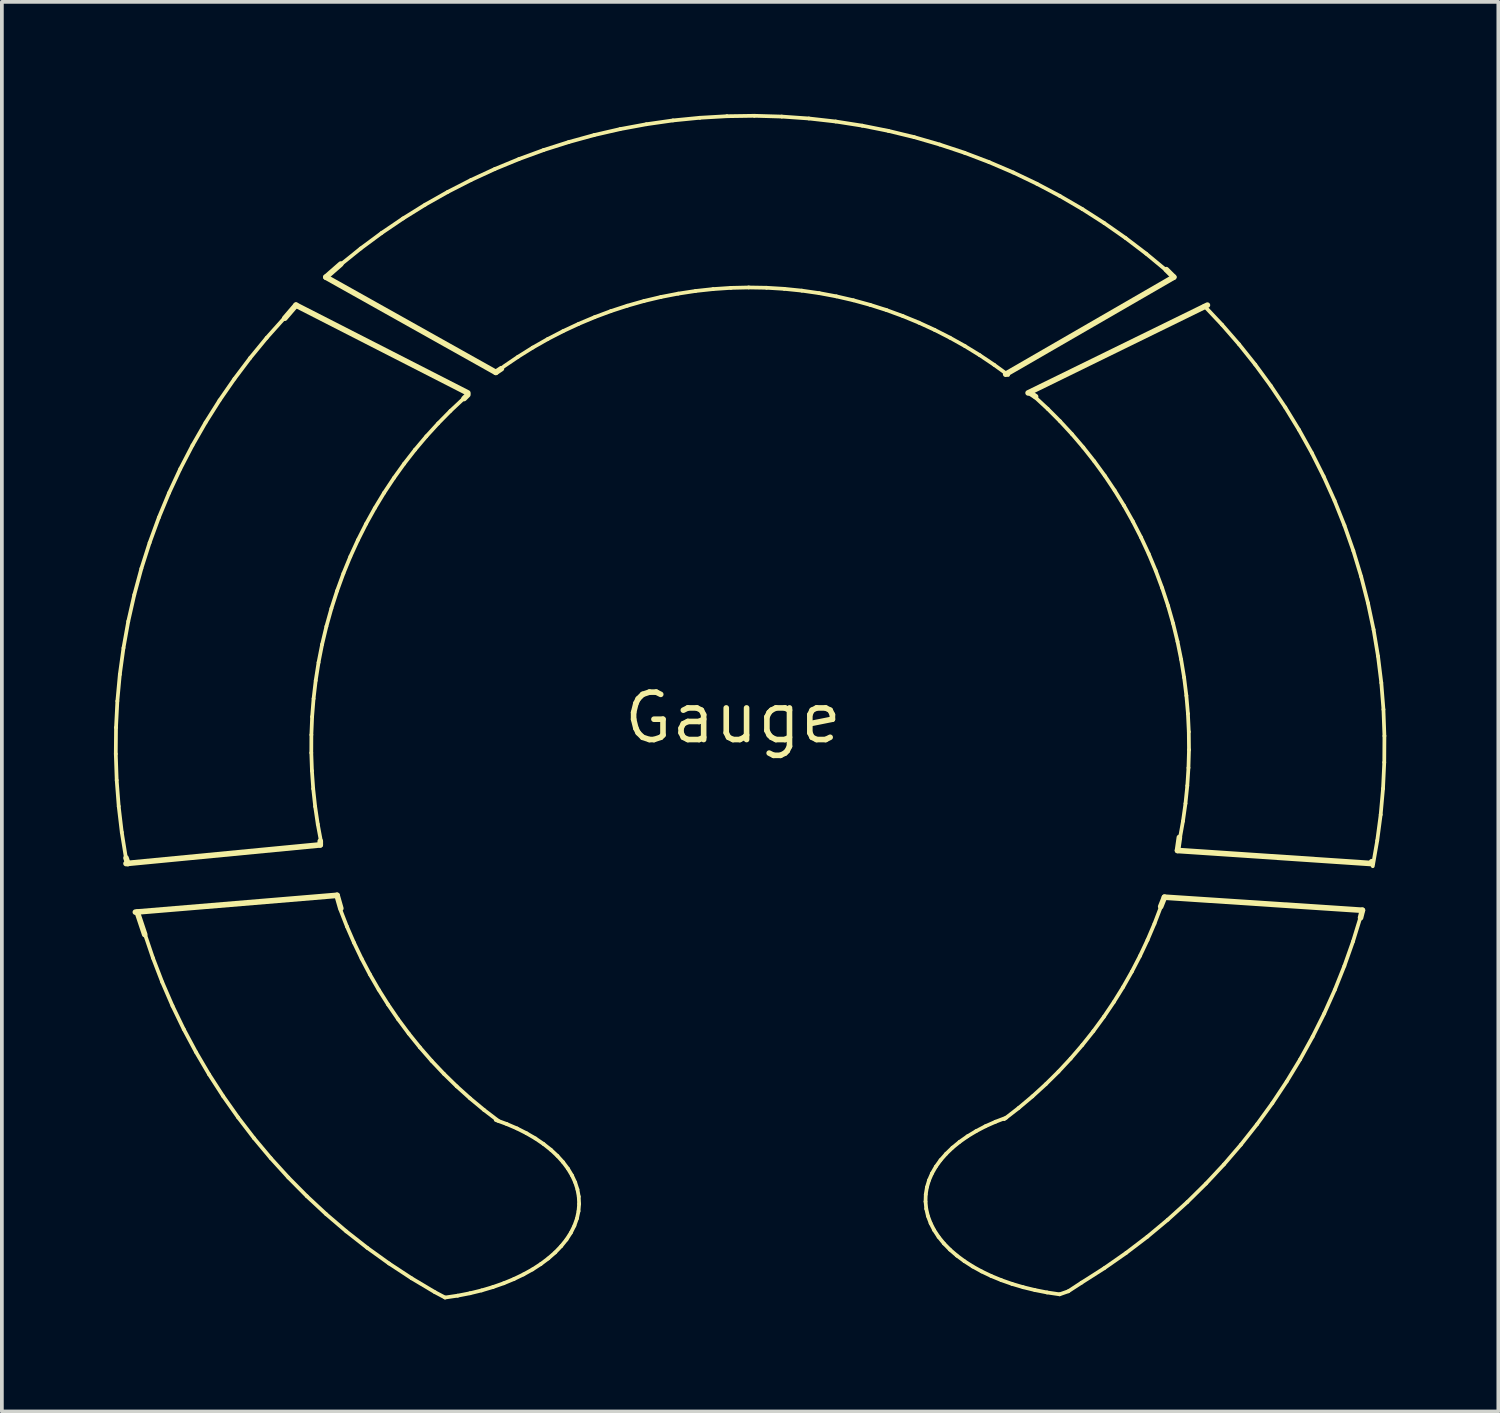
<source format=kicad_pcb>
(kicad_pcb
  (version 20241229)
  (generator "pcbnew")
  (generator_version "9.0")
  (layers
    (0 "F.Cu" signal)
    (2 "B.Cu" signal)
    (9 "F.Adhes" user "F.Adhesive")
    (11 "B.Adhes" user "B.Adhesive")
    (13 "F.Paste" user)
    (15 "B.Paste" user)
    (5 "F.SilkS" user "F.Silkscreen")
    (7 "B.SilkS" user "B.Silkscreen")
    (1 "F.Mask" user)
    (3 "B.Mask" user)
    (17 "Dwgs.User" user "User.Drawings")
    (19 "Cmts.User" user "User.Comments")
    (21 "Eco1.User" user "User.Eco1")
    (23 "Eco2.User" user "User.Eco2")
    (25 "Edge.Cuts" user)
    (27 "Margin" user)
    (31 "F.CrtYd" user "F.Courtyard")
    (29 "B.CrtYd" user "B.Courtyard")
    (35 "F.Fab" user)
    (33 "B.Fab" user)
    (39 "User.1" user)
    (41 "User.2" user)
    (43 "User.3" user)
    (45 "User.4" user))
  (footprint "Gauge"
    (layer "F.Cu")
    (at 16.574 16.169)
    (property "Reference" "Gauge" (at 0 0 0) (layer "F.SilkS") (effects (font (size 1.27 1.27) (thickness 0.15))))
    (attr through_hole)
    (fp_line (start -16.524 0.965) (end -16.518 0.258) (stroke (width 0.1) (type solid)) (layer "F.SilkS"))
    (fp_line (start -16.518 0.258) (end -16.482 -0.451) (stroke (width 0.1) (type solid)) (layer "F.SilkS"))
    (fp_line (start -16.5 1.668) (end -16.524 0.965) (stroke (width 0.1) (type solid)) (layer "F.SilkS"))
    (fp_line (start -16.482 -0.451) (end -16.416 -1.162) (stroke (width 0.1) (type solid)) (layer "F.SilkS"))
    (fp_line (start -16.446 2.367) (end -16.5 1.668) (stroke (width 0.1) (type solid)) (layer "F.SilkS"))
    (fp_line (start -16.416 -1.162) (end -16.318 -1.873) (stroke (width 0.1) (type solid)) (layer "F.SilkS"))
    (fp_line (start -16.364 3.061) (end -16.446 2.367) (stroke (width 0.1) (type solid)) (layer "F.SilkS"))
    (fp_line (start -16.318 -1.873) (end -16.19 -2.585) (stroke (width 0.1) (type solid)) (layer "F.SilkS"))
    (fp_line (start -16.253 3.75) (end -16.364 3.061) (stroke (width 0.1) (type solid)) (layer "F.SilkS"))
    (fp_line (start -16.25 3.75) (end -16.2 3.9) (stroke (width 0.15) (type solid)) (layer "F.SilkS"))
    (fp_line (start -16.25 3.9) (end -11.05 3.4) (stroke (width 0.15) (type solid)) (layer "F.SilkS"))
    (fp_line (start -16.19 -2.585) (end -16.029 -3.295) (stroke (width 0.1) (type solid)) (layer "F.SilkS"))
    (fp_line (start -16.029 -3.295) (end -15.839 -3.999) (stroke (width 0.1) (type solid)) (layer "F.SilkS"))
    (fp_line (start -15.839 -3.999) (end -15.619 -4.688) (stroke (width 0.1) (type solid)) (layer "F.SilkS"))
    (fp_line (start -15.75 5.8) (end -15.95 5.2) (stroke (width 0.15) (type solid)) (layer "F.SilkS"))
    (fp_line (start -15.619 -4.688) (end -15.372 -5.363) (stroke (width 0.1) (type solid)) (layer "F.SilkS"))
    (fp_line (start -15.529 6.428) (end -15.751 5.771) (stroke (width 0.1) (type solid)) (layer "F.SilkS"))
    (fp_line (start -15.372 -5.363) (end -15.098 -6.023) (stroke (width 0.1) (type solid)) (layer "F.SilkS"))
    (fp_line (start -15.281 7.074) (end -15.529 6.428) (stroke (width 0.1) (type solid)) (layer "F.SilkS"))
    (fp_line (start -15.098 -6.023) (end -14.798 -6.667) (stroke (width 0.1) (type solid)) (layer "F.SilkS"))
    (fp_line (start -15.006 7.71) (end -15.281 7.074) (stroke (width 0.1) (type solid)) (layer "F.SilkS"))
    (fp_line (start -14.798 -6.667) (end -14.472 -7.295) (stroke (width 0.1) (type solid)) (layer "F.SilkS"))
    (fp_line (start -14.705 8.334) (end -15.006 7.71) (stroke (width 0.1) (type solid)) (layer "F.SilkS"))
    (fp_line (start -14.472 -7.295) (end -14.121 -7.907) (stroke (width 0.1) (type solid)) (layer "F.SilkS"))
    (fp_line (start -14.378 8.946) (end -14.705 8.334) (stroke (width 0.1) (type solid)) (layer "F.SilkS"))
    (fp_line (start -14.121 -7.907) (end -13.747 -8.501) (stroke (width 0.1) (type solid)) (layer "F.SilkS"))
    (fp_line (start -14.027 9.544) (end -14.378 8.946) (stroke (width 0.1) (type solid)) (layer "F.SilkS"))
    (fp_line (start -13.747 -8.501) (end -13.348 -9.077) (stroke (width 0.1) (type solid)) (layer "F.SilkS"))
    (fp_line (start -13.65 10.128) (end -14.027 9.544) (stroke (width 0.1) (type solid)) (layer "F.SilkS"))
    (fp_line (start -13.348 -9.077) (end -12.928 -9.635) (stroke (width 0.1) (type solid)) (layer "F.SilkS"))
    (fp_line (start -13.249 10.697) (end -13.65 10.128) (stroke (width 0.1) (type solid)) (layer "F.SilkS"))
    (fp_line (start -12.928 -9.635) (end -12.485 -10.175) (stroke (width 0.1) (type solid)) (layer "F.SilkS"))
    (fp_line (start -12.825 11.25) (end -13.249 10.697) (stroke (width 0.1) (type solid)) (layer "F.SilkS"))
    (fp_line (start -12.485 -10.175) (end -12.021 -10.694) (stroke (width 0.1) (type solid)) (layer "F.SilkS"))
    (fp_line (start -12.376 11.786) (end -12.825 11.25) (stroke (width 0.1) (type solid)) (layer "F.SilkS"))
    (fp_line (start -11.904 12.305) (end -12.376 11.786) (stroke (width 0.1) (type solid)) (layer "F.SilkS"))
    (fp_line (start -11.7 -11.05) (end -12 -10.7) (stroke (width 0.15) (type solid)) (layer "F.SilkS"))
    (fp_line (start -11.7 -11.05) (end -7.1 -8.7) (stroke (width 0.15) (type solid)) (layer "F.SilkS"))
    (fp_line (start -11.409 12.805) (end -11.904 12.305) (stroke (width 0.1) (type solid)) (layer "F.SilkS"))
    (fp_line (start -11.29 0.936) (end -11.288 0.453) (stroke (width 0.1) (type solid)) (layer "F.SilkS"))
    (fp_line (start -11.288 0.453) (end -11.268 -0.031) (stroke (width 0.1) (type solid)) (layer "F.SilkS"))
    (fp_line (start -11.273 1.417) (end -11.29 0.936) (stroke (width 0.1) (type solid)) (layer "F.SilkS"))
    (fp_line (start -11.268 -0.031) (end -11.229 -0.515) (stroke (width 0.1) (type solid)) (layer "F.SilkS"))
    (fp_line (start -11.239 1.896) (end -11.273 1.417) (stroke (width 0.1) (type solid)) (layer "F.SilkS"))
    (fp_line (start -11.229 -0.515) (end -11.172 -1) (stroke (width 0.1) (type solid)) (layer "F.SilkS"))
    (fp_line (start -11.187 2.372) (end -11.239 1.896) (stroke (width 0.1) (type solid)) (layer "F.SilkS"))
    (fp_line (start -11.172 -1) (end -11.096 -1.484) (stroke (width 0.1) (type solid)) (layer "F.SilkS"))
    (fp_line (start -11.117 2.845) (end -11.187 2.372) (stroke (width 0.1) (type solid)) (layer "F.SilkS"))
    (fp_line (start -11.096 -1.484) (end -11.001 -1.967) (stroke (width 0.1) (type solid)) (layer "F.SilkS"))
    (fp_line (start -11.05 3.3) (end -11.05 3.4) (stroke (width 0.15) (type solid)) (layer "F.SilkS"))
    (fp_line (start -11.03 3.314) (end -11.117 2.845) (stroke (width 0.1) (type solid)) (layer "F.SilkS"))
    (fp_line (start -11.001 -1.967) (end -10.886 -2.448) (stroke (width 0.1) (type solid)) (layer "F.SilkS"))
    (fp_line (start -10.892 13.286) (end -11.409 12.805) (stroke (width 0.1) (type solid)) (layer "F.SilkS"))
    (fp_line (start -10.886 -2.448) (end -10.752 -2.928) (stroke (width 0.1) (type solid)) (layer "F.SilkS"))
    (fp_line (start -10.752 -2.928) (end -10.6 -3.401) (stroke (width 0.1) (type solid)) (layer "F.SilkS"))
    (fp_line (start -10.6 4.75) (end -16 5.2) (stroke (width 0.15) (type solid)) (layer "F.SilkS"))
    (fp_line (start -10.6 -3.401) (end -10.431 -3.865) (stroke (width 0.1) (type solid)) (layer "F.SilkS"))
    (fp_line (start -10.51 -12.13) (end -9.969 -12.566) (stroke (width 0.1) (type solid)) (layer "F.SilkS"))
    (fp_line (start -10.5 -12.15) (end -10.9 -11.8) (stroke (width 0.15) (type solid)) (layer "F.SilkS"))
    (fp_line (start -10.5 5.1) (end -10.6 4.75) (stroke (width 0.15) (type solid)) (layer "F.SilkS"))
    (fp_line (start -10.431 -3.865) (end -10.245 -4.318) (stroke (width 0.1) (type solid)) (layer "F.SilkS"))
    (fp_line (start -10.353 13.747) (end -10.892 13.286) (stroke (width 0.1) (type solid)) (layer "F.SilkS"))
    (fp_line (start -10.337 5.584) (end -10.509 5.142) (stroke (width 0.1) (type solid)) (layer "F.SilkS"))
    (fp_line (start -10.245 -4.318) (end -10.042 -4.761) (stroke (width 0.1) (type solid)) (layer "F.SilkS"))
    (fp_line (start -10.148 6.018) (end -10.337 5.584) (stroke (width 0.1) (type solid)) (layer "F.SilkS"))
    (fp_line (start -10.042 -4.761) (end -9.824 -5.193) (stroke (width 0.1) (type solid)) (layer "F.SilkS"))
    (fp_line (start -9.969 -12.566) (end -9.41 -12.98) (stroke (width 0.1) (type solid)) (layer "F.SilkS"))
    (fp_line (start -9.943 6.446) (end -10.148 6.018) (stroke (width 0.1) (type solid)) (layer "F.SilkS"))
    (fp_line (start -9.824 -5.193) (end -9.591 -5.613) (stroke (width 0.1) (type solid)) (layer "F.SilkS"))
    (fp_line (start -9.792 14.187) (end -10.353 13.747) (stroke (width 0.1) (type solid)) (layer "F.SilkS"))
    (fp_line (start -9.723 6.865) (end -9.943 6.446) (stroke (width 0.1) (type solid)) (layer "F.SilkS"))
    (fp_line (start -9.591 -5.613) (end -9.343 -6.023) (stroke (width 0.1) (type solid)) (layer "F.SilkS"))
    (fp_line (start -9.486 7.276) (end -9.723 6.865) (stroke (width 0.1) (type solid)) (layer "F.SilkS"))
    (fp_line (start -9.41 -12.98) (end -8.835 -13.37) (stroke (width 0.1) (type solid)) (layer "F.SilkS"))
    (fp_line (start -9.343 -6.023) (end -9.08 -6.42) (stroke (width 0.1) (type solid)) (layer "F.SilkS"))
    (fp_line (start -9.233 7.677) (end -9.486 7.276) (stroke (width 0.1) (type solid)) (layer "F.SilkS"))
    (fp_line (start -9.209 14.606) (end -9.792 14.187) (stroke (width 0.1) (type solid)) (layer "F.SilkS"))
    (fp_line (start -9.08 -6.42) (end -8.804 -6.805) (stroke (width 0.1) (type solid)) (layer "F.SilkS"))
    (fp_line (start -8.965 8.069) (end -9.233 7.677) (stroke (width 0.1) (type solid)) (layer "F.SilkS"))
    (fp_line (start -8.835 -13.37) (end -8.244 -13.738) (stroke (width 0.1) (type solid)) (layer "F.SilkS"))
    (fp_line (start -8.804 -6.805) (end -8.514 -7.178) (stroke (width 0.1) (type solid)) (layer "F.SilkS"))
    (fp_line (start -8.682 8.45) (end -8.965 8.069) (stroke (width 0.1) (type solid)) (layer "F.SilkS"))
    (fp_line (start -8.606 15.002) (end -9.209 14.606) (stroke (width 0.1) (type solid)) (layer "F.SilkS"))
    (fp_line (start -8.514 -7.178) (end -8.21 -7.538) (stroke (width 0.1) (type solid)) (layer "F.SilkS"))
    (fp_line (start -8.383 8.821) (end -8.682 8.45) (stroke (width 0.1) (type solid)) (layer "F.SilkS"))
    (fp_line (start -8.244 -13.738) (end -7.637 -14.081) (stroke (width 0.1) (type solid)) (layer "F.SilkS"))
    (fp_line (start -8.21 -7.538) (end -7.894 -7.884) (stroke (width 0.1) (type solid)) (layer "F.SilkS"))
    (fp_line (start -8.07 9.18) (end -8.383 8.821) (stroke (width 0.1) (type solid)) (layer "F.SilkS"))
    (fp_line (start -7.982 15.374) (end -8.606 15.002) (stroke (width 0.1) (type solid)) (layer "F.SilkS"))
    (fp_line (start -7.894 -7.884) (end -7.566 -8.217) (stroke (width 0.1) (type solid)) (layer "F.SilkS"))
    (fp_line (start -7.741 9.528) (end -8.07 9.18) (stroke (width 0.1) (type solid)) (layer "F.SilkS"))
    (fp_line (start -7.71 15.518) (end -7.982 15.374) (stroke (width 0.1) (type solid)) (layer "F.SilkS"))
    (fp_line (start -7.637 -14.081) (end -7.016 -14.399) (stroke (width 0.1) (type solid)) (layer "F.SilkS"))
    (fp_line (start -7.566 -8.217) (end -7.226 -8.536) (stroke (width 0.1) (type solid)) (layer "F.SilkS"))
    (fp_line (start -7.398 9.863) (end -7.741 9.528) (stroke (width 0.1) (type solid)) (layer "F.SilkS"))
    (fp_line (start -7.372 15.468) (end -7.71 15.518) (stroke (width 0.1) (type solid)) (layer "F.SilkS"))
    (fp_line (start -7.2 -8.55) (end -7.1 -8.65) (stroke (width 0.15) (type solid)) (layer "F.SilkS"))
    (fp_line (start -7.044 15.404) (end -7.372 15.468) (stroke (width 0.1) (type solid)) (layer "F.SilkS"))
    (fp_line (start -7.04 10.185) (end -7.398 9.863) (stroke (width 0.1) (type solid)) (layer "F.SilkS"))
    (fp_line (start -7.016 -14.399) (end -6.38 -14.693) (stroke (width 0.1) (type solid)) (layer "F.SilkS"))
    (fp_line (start -6.729 15.327) (end -7.044 15.404) (stroke (width 0.1) (type solid)) (layer "F.SilkS"))
    (fp_line (start -6.668 10.494) (end -7.04 10.185) (stroke (width 0.1) (type solid)) (layer "F.SilkS"))
    (fp_line (start -6.427 15.237) (end -6.729 15.327) (stroke (width 0.1) (type solid)) (layer "F.SilkS"))
    (fp_line (start -6.38 -14.693) (end -5.732 -14.96) (stroke (width 0.1) (type solid)) (layer "F.SilkS"))
    (fp_line (start -6.352 10.765) (end -6.058 10.873) (stroke (width 0.1) (type solid)) (layer "F.SilkS"))
    (fp_line (start -6.35 -9.25) (end -10.9 -11.8) (stroke (width 0.15) (type solid)) (layer "F.SilkS"))
    (fp_line (start -6.35 -9.25) (end -6.2 -9.35) (stroke (width 0.15) (type solid)) (layer "F.SilkS"))
    (fp_line (start -6.282 10.789) (end -6.668 10.494) (stroke (width 0.1) (type solid)) (layer "F.SilkS"))
    (fp_line (start -6.139 -9.407) (end -5.756 -9.667) (stroke (width 0.1) (type solid)) (layer "F.SilkS"))
    (fp_line (start -6.139 15.136) (end -6.427 15.237) (stroke (width 0.1) (type solid)) (layer "F.SilkS"))
    (fp_line (start -6.058 10.873) (end -5.783 10.991) (stroke (width 0.1) (type solid)) (layer "F.SilkS"))
    (fp_line (start -5.866 15.023) (end -6.139 15.136) (stroke (width 0.1) (type solid)) (layer "F.SilkS"))
    (fp_line (start -5.783 10.991) (end -5.527 11.121) (stroke (width 0.1) (type solid)) (layer "F.SilkS"))
    (fp_line (start -5.756 -9.667) (end -5.364 -9.912) (stroke (width 0.1) (type solid)) (layer "F.SilkS"))
    (fp_line (start -5.732 -14.96) (end -5.072 -15.202) (stroke (width 0.1) (type solid)) (layer "F.SilkS"))
    (fp_line (start -5.609 14.899) (end -5.866 15.023) (stroke (width 0.1) (type solid)) (layer "F.SilkS"))
    (fp_line (start -5.527 11.121) (end -5.29 11.259) (stroke (width 0.1) (type solid)) (layer "F.SilkS"))
    (fp_line (start -5.369 14.766) (end -5.609 14.899) (stroke (width 0.1) (type solid)) (layer "F.SilkS"))
    (fp_line (start -5.364 -9.912) (end -4.962 -10.141) (stroke (width 0.1) (type solid)) (layer "F.SilkS"))
    (fp_line (start -5.29 11.259) (end -5.073 11.407) (stroke (width 0.1) (type solid)) (layer "F.SilkS"))
    (fp_line (start -5.147 14.622) (end -5.369 14.766) (stroke (width 0.1) (type solid)) (layer "F.SilkS"))
    (fp_line (start -5.073 11.407) (end -4.877 11.562) (stroke (width 0.1) (type solid)) (layer "F.SilkS"))
    (fp_line (start -5.072 -15.202) (end -4.399 -15.416) (stroke (width 0.1) (type solid)) (layer "F.SilkS"))
    (fp_line (start -4.962 -10.141) (end -4.551 -10.353) (stroke (width 0.1) (type solid)) (layer "F.SilkS"))
    (fp_line (start -4.944 14.47) (end -5.147 14.622) (stroke (width 0.1) (type solid)) (layer "F.SilkS"))
    (fp_line (start -4.877 11.562) (end -4.702 11.725) (stroke (width 0.1) (type solid)) (layer "F.SilkS"))
    (fp_line (start -4.761 14.31) (end -4.944 14.47) (stroke (width 0.1) (type solid)) (layer "F.SilkS"))
    (fp_line (start -4.702 11.725) (end -4.549 11.895) (stroke (width 0.1) (type solid)) (layer "F.SilkS"))
    (fp_line (start -4.599 14.141) (end -4.761 14.31) (stroke (width 0.1) (type solid)) (layer "F.SilkS"))
    (fp_line (start -4.551 -10.353) (end -4.132 -10.549) (stroke (width 0.1) (type solid)) (layer "F.SilkS"))
    (fp_line (start -4.549 11.895) (end -4.418 12.07) (stroke (width 0.1) (type solid)) (layer "F.SilkS"))
    (fp_line (start -4.458 13.966) (end -4.599 14.141) (stroke (width 0.1) (type solid)) (layer "F.SilkS"))
    (fp_line (start -4.418 12.07) (end -4.31 12.251) (stroke (width 0.1) (type solid)) (layer "F.SilkS"))
    (fp_line (start -4.399 -15.416) (end -3.716 -15.604) (stroke (width 0.1) (type solid)) (layer "F.SilkS"))
    (fp_line (start -4.341 13.783) (end -4.458 13.966) (stroke (width 0.1) (type solid)) (layer "F.SilkS"))
    (fp_line (start -4.31 12.251) (end -4.225 12.436) (stroke (width 0.1) (type solid)) (layer "F.SilkS"))
    (fp_line (start -4.247 13.595) (end -4.341 13.783) (stroke (width 0.1) (type solid)) (layer "F.SilkS"))
    (fp_line (start -4.225 12.436) (end -4.165 12.624) (stroke (width 0.1) (type solid)) (layer "F.SilkS"))
    (fp_line (start -4.178 13.401) (end -4.247 13.595) (stroke (width 0.1) (type solid)) (layer "F.SilkS"))
    (fp_line (start -4.165 12.624) (end -4.13 12.816) (stroke (width 0.1) (type solid)) (layer "F.SilkS"))
    (fp_line (start -4.136 13.205) (end -4.178 13.401) (stroke (width 0.1) (type solid)) (layer "F.SilkS"))
    (fp_line (start -4.132 -10.549) (end -3.705 -10.728) (stroke (width 0.1) (type solid)) (layer "F.SilkS"))
    (fp_line (start -4.13 12.816) (end -4.12 13.01) (stroke (width 0.1) (type solid)) (layer "F.SilkS"))
    (fp_line (start -4.12 13.01) (end -4.136 13.205) (stroke (width 0.1) (type solid)) (layer "F.SilkS"))
    (fp_line (start -3.716 -15.604) (end -3.023 -15.763) (stroke (width 0.1) (type solid)) (layer "F.SilkS"))
    (fp_line (start -3.705 -10.728) (end -3.271 -10.89) (stroke (width 0.1) (type solid)) (layer "F.SilkS"))
    (fp_line (start -3.271 -10.89) (end -2.83 -11.034) (stroke (width 0.1) (type solid)) (layer "F.SilkS"))
    (fp_line (start -3.023 -15.763) (end -2.32 -15.893) (stroke (width 0.1) (type solid)) (layer "F.SilkS"))
    (fp_line (start -2.83 -11.034) (end -2.382 -11.161) (stroke (width 0.1) (type solid)) (layer "F.SilkS"))
    (fp_line (start -2.382 -11.161) (end -1.928 -11.269) (stroke (width 0.1) (type solid)) (layer "F.SilkS"))
    (fp_line (start -2.32 -15.893) (end -1.608 -15.995) (stroke (width 0.1) (type solid)) (layer "F.SilkS"))
    (fp_line (start -1.928 -11.269) (end -1.468 -11.358) (stroke (width 0.1) (type solid)) (layer "F.SilkS"))
    (fp_line (start -1.608 -15.995) (end -0.889 -16.066) (stroke (width 0.1) (type solid)) (layer "F.SilkS"))
    (fp_line (start -1.468 -11.358) (end -1.003 -11.429) (stroke (width 0.1) (type solid)) (layer "F.SilkS"))
    (fp_line (start -1.003 -11.429) (end -0.533 -11.48) (stroke (width 0.1) (type solid)) (layer "F.SilkS"))
    (fp_line (start -0.889 -16.066) (end -0.162 -16.108) (stroke (width 0.1) (type solid)) (layer "F.SilkS"))
    (fp_line (start -0.533 -11.48) (end -0.059 -11.512) (stroke (width 0.1) (type solid)) (layer "F.SilkS"))
    (fp_line (start -0.162 -16.108) (end 0.571 -16.119) (stroke (width 0.1) (type solid)) (layer "F.SilkS"))
    (fp_line (start -0.059 -11.512) (end 0.419 -11.523) (stroke (width 0.1) (type solid)) (layer "F.SilkS"))
    (fp_line (start 0.419 -11.523) (end 0.897 -11.515) (stroke (width 0.1) (type solid)) (layer "F.SilkS"))
    (fp_line (start 0.571 -16.119) (end 1.305 -16.098) (stroke (width 0.1) (type solid)) (layer "F.SilkS"))
    (fp_line (start 0.897 -11.515) (end 1.372 -11.486) (stroke (width 0.1) (type solid)) (layer "F.SilkS"))
    (fp_line (start 1.305 -16.098) (end 2.031 -16.047) (stroke (width 0.1) (type solid)) (layer "F.SilkS"))
    (fp_line (start 1.372 -11.486) (end 1.842 -11.438) (stroke (width 0.1) (type solid)) (layer "F.SilkS"))
    (fp_line (start 1.842 -11.438) (end 2.307 -11.371) (stroke (width 0.1) (type solid)) (layer "F.SilkS"))
    (fp_line (start 2.031 -16.047) (end 2.749 -15.966) (stroke (width 0.1) (type solid)) (layer "F.SilkS"))
    (fp_line (start 2.307 -11.371) (end 2.767 -11.285) (stroke (width 0.1) (type solid)) (layer "F.SilkS"))
    (fp_line (start 2.749 -15.966) (end 3.459 -15.855) (stroke (width 0.1) (type solid)) (layer "F.SilkS"))
    (fp_line (start 2.767 -11.285) (end 3.222 -11.18) (stroke (width 0.1) (type solid)) (layer "F.SilkS"))
    (fp_line (start 3.222 -11.18) (end 3.671 -11.057) (stroke (width 0.1) (type solid)) (layer "F.SilkS"))
    (fp_line (start 3.459 -15.855) (end 4.16 -15.715) (stroke (width 0.1) (type solid)) (layer "F.SilkS"))
    (fp_line (start 3.671 -11.057) (end 4.113 -10.916) (stroke (width 0.1) (type solid)) (layer "F.SilkS"))
    (fp_line (start 4.113 -10.916) (end 4.548 -10.757) (stroke (width 0.1) (type solid)) (layer "F.SilkS"))
    (fp_line (start 4.16 -15.715) (end 4.852 -15.547) (stroke (width 0.1) (type solid)) (layer "F.SilkS"))
    (fp_line (start 4.548 -10.757) (end 4.976 -10.581) (stroke (width 0.1) (type solid)) (layer "F.SilkS"))
    (fp_line (start 4.852 -15.547) (end 5.532 -15.35) (stroke (width 0.1) (type solid)) (layer "F.SilkS"))
    (fp_line (start 4.976 -10.581) (end 5.396 -10.388) (stroke (width 0.1) (type solid)) (layer "F.SilkS"))
    (fp_line (start 5.154 12.949) (end 5.173 13.143) (stroke (width 0.1) (type solid)) (layer "F.SilkS"))
    (fp_line (start 5.16 12.756) (end 5.154 12.949) (stroke (width 0.1) (type solid)) (layer "F.SilkS"))
    (fp_line (start 5.173 13.143) (end 5.218 13.337) (stroke (width 0.1) (type solid)) (layer "F.SilkS"))
    (fp_line (start 5.191 12.566) (end 5.16 12.756) (stroke (width 0.1) (type solid)) (layer "F.SilkS"))
    (fp_line (start 5.218 13.337) (end 5.29 13.529) (stroke (width 0.1) (type solid)) (layer "F.SilkS"))
    (fp_line (start 5.247 12.378) (end 5.191 12.566) (stroke (width 0.1) (type solid)) (layer "F.SilkS"))
    (fp_line (start 5.29 13.529) (end 5.385 13.715) (stroke (width 0.1) (type solid)) (layer "F.SilkS"))
    (fp_line (start 5.327 12.194) (end 5.247 12.378) (stroke (width 0.1) (type solid)) (layer "F.SilkS"))
    (fp_line (start 5.385 13.715) (end 5.504 13.896) (stroke (width 0.1) (type solid)) (layer "F.SilkS"))
    (fp_line (start 5.396 -10.388) (end 5.808 -10.178) (stroke (width 0.1) (type solid)) (layer "F.SilkS"))
    (fp_line (start 5.43 12.014) (end 5.327 12.194) (stroke (width 0.1) (type solid)) (layer "F.SilkS"))
    (fp_line (start 5.504 13.896) (end 5.645 14.07) (stroke (width 0.1) (type solid)) (layer "F.SilkS"))
    (fp_line (start 5.532 -15.35) (end 6.202 -15.127) (stroke (width 0.1) (type solid)) (layer "F.SilkS"))
    (fp_line (start 5.556 11.839) (end 5.43 12.014) (stroke (width 0.1) (type solid)) (layer "F.SilkS"))
    (fp_line (start 5.645 14.07) (end 5.808 14.236) (stroke (width 0.1) (type solid)) (layer "F.SilkS"))
    (fp_line (start 5.705 11.67) (end 5.556 11.839) (stroke (width 0.1) (type solid)) (layer "F.SilkS"))
    (fp_line (start 5.808 14.236) (end 5.992 14.395) (stroke (width 0.1) (type solid)) (layer "F.SilkS"))
    (fp_line (start 5.808 -10.178) (end 6.212 -9.952) (stroke (width 0.1) (type solid)) (layer "F.SilkS"))
    (fp_line (start 5.874 11.507) (end 5.705 11.67) (stroke (width 0.1) (type solid)) (layer "F.SilkS"))
    (fp_line (start 5.992 14.395) (end 6.195 14.545) (stroke (width 0.1) (type solid)) (layer "F.SilkS"))
    (fp_line (start 6.065 11.351) (end 5.874 11.507) (stroke (width 0.1) (type solid)) (layer "F.SilkS"))
    (fp_line (start 6.195 14.545) (end 6.416 14.687) (stroke (width 0.1) (type solid)) (layer "F.SilkS"))
    (fp_line (start 6.202 -15.127) (end 6.859 -14.877) (stroke (width 0.1) (type solid)) (layer "F.SilkS"))
    (fp_line (start 6.212 -9.952) (end 6.606 -9.71) (stroke (width 0.1) (type solid)) (layer "F.SilkS"))
    (fp_line (start 6.277 11.202) (end 6.065 11.351) (stroke (width 0.1) (type solid)) (layer "F.SilkS"))
    (fp_line (start 6.416 14.687) (end 6.655 14.819) (stroke (width 0.1) (type solid)) (layer "F.SilkS"))
    (fp_line (start 6.508 11.063) (end 6.277 11.202) (stroke (width 0.1) (type solid)) (layer "F.SilkS"))
    (fp_line (start 6.606 -9.71) (end 6.991 -9.452) (stroke (width 0.1) (type solid)) (layer "F.SilkS"))
    (fp_line (start 6.655 14.819) (end 6.911 14.941) (stroke (width 0.1) (type solid)) (layer "F.SilkS"))
    (fp_line (start 6.758 10.932) (end 6.508 11.063) (stroke (width 0.1) (type solid)) (layer "F.SilkS"))
    (fp_line (start 6.859 -14.877) (end 7.504 -14.601) (stroke (width 0.1) (type solid)) (layer "F.SilkS"))
    (fp_line (start 6.911 14.941) (end 7.183 15.053) (stroke (width 0.1) (type solid)) (layer "F.SilkS"))
    (fp_line (start 6.991 -9.452) (end 7.365 -9.18) (stroke (width 0.1) (type solid)) (layer "F.SilkS"))
    (fp_line (start 7.028 10.812) (end 6.758 10.932) (stroke (width 0.1) (type solid)) (layer "F.SilkS"))
    (fp_line (start 7.183 15.053) (end 7.469 15.153) (stroke (width 0.1) (type solid)) (layer "F.SilkS"))
    (fp_line (start 7.316 10.702) (end 7.028 10.812) (stroke (width 0.1) (type solid)) (layer "F.SilkS"))
    (fp_line (start 7.469 15.153) (end 7.769 15.242) (stroke (width 0.1) (type solid)) (layer "F.SilkS"))
    (fp_line (start 7.504 -14.601) (end 8.135 -14.299) (stroke (width 0.1) (type solid)) (layer "F.SilkS"))
    (fp_line (start 7.646 10.444) (end 7.262 10.742) (stroke (width 0.1) (type solid)) (layer "F.SilkS"))
    (fp_line (start 7.769 15.242) (end 8.082 15.318) (stroke (width 0.1) (type solid)) (layer "F.SilkS"))
    (fp_line (start 7.9 -8.7) (end 12.7 -11.05) (stroke (width 0.15) (type solid)) (layer "F.SilkS"))
    (fp_line (start 8.016 10.133) (end 7.646 10.444) (stroke (width 0.1) (type solid)) (layer "F.SilkS"))
    (fp_line (start 8.082 15.318) (end 8.407 15.382) (stroke (width 0.1) (type solid)) (layer "F.SilkS"))
    (fp_line (start 8.083 -8.589) (end 8.425 -8.273) (stroke (width 0.1) (type solid)) (layer "F.SilkS"))
    (fp_line (start 8.1 -8.6) (end 7.95 -8.7) (stroke (width 0.15) (type solid)) (layer "F.SilkS"))
    (fp_line (start 8.135 -14.299) (end 8.752 -13.972) (stroke (width 0.1) (type solid)) (layer "F.SilkS"))
    (fp_line (start 8.372 9.808) (end 8.016 10.133) (stroke (width 0.1) (type solid)) (layer "F.SilkS"))
    (fp_line (start 8.407 15.382) (end 8.743 15.432) (stroke (width 0.1) (type solid)) (layer "F.SilkS"))
    (fp_line (start 8.425 -8.273) (end 8.755 -7.942) (stroke (width 0.1) (type solid)) (layer "F.SilkS"))
    (fp_line (start 8.713 9.471) (end 8.372 9.808) (stroke (width 0.1) (type solid)) (layer "F.SilkS"))
    (fp_line (start 8.752 -13.972) (end 9.354 -13.621) (stroke (width 0.1) (type solid)) (layer "F.SilkS"))
    (fp_line (start 8.755 -7.942) (end 9.074 -7.597) (stroke (width 0.1) (type solid)) (layer "F.SilkS"))
    (fp_line (start 8.976 15.351) (end 8.743 15.432) (stroke (width 0.1) (type solid)) (layer "F.SilkS"))
    (fp_line (start 9.039 9.121) (end 8.713 9.471) (stroke (width 0.1) (type solid)) (layer "F.SilkS"))
    (fp_line (start 9.074 -7.597) (end 9.379 -7.24) (stroke (width 0.1) (type solid)) (layer "F.SilkS"))
    (fp_line (start 9.329 15.121) (end 8.976 15.351) (stroke (width 0.1) (type solid)) (layer "F.SilkS"))
    (fp_line (start 9.35 8.76) (end 9.039 9.121) (stroke (width 0.1) (type solid)) (layer "F.SilkS"))
    (fp_line (start 9.354 -13.621) (end 9.94 -13.246) (stroke (width 0.1) (type solid)) (layer "F.SilkS"))
    (fp_line (start 9.379 -7.24) (end 9.672 -6.869) (stroke (width 0.1) (type solid)) (layer "F.SilkS"))
    (fp_line (start 9.647 8.387) (end 9.35 8.76) (stroke (width 0.1) (type solid)) (layer "F.SilkS"))
    (fp_line (start 9.672 -6.869) (end 9.951 -6.486) (stroke (width 0.1) (type solid)) (layer "F.SilkS"))
    (fp_line (start 9.928 8.003) (end 9.647 8.387) (stroke (width 0.1) (type solid)) (layer "F.SilkS"))
    (fp_line (start 9.938 14.733) (end 9.329 15.121) (stroke (width 0.1) (type solid)) (layer "F.SilkS"))
    (fp_line (start 9.94 -13.246) (end 10.51 -12.847) (stroke (width 0.1) (type solid)) (layer "F.SilkS"))
    (fp_line (start 9.951 -6.486) (end 10.216 -6.09) (stroke (width 0.1) (type solid)) (layer "F.SilkS"))
    (fp_line (start 10.193 7.61) (end 9.928 8.003) (stroke (width 0.1) (type solid)) (layer "F.SilkS"))
    (fp_line (start 10.216 -6.09) (end 10.467 -5.683) (stroke (width 0.1) (type solid)) (layer "F.SilkS"))
    (fp_line (start 10.443 7.207) (end 10.193 7.61) (stroke (width 0.1) (type solid)) (layer "F.SilkS"))
    (fp_line (start 10.467 -5.683) (end 10.702 -5.264) (stroke (width 0.1) (type solid)) (layer "F.SilkS"))
    (fp_line (start 10.51 -12.847) (end 11.063 -12.426) (stroke (width 0.1) (type solid)) (layer "F.SilkS"))
    (fp_line (start 10.526 14.322) (end 9.938 14.733) (stroke (width 0.1) (type solid)) (layer "F.SilkS"))
    (fp_line (start 10.677 6.794) (end 10.443 7.207) (stroke (width 0.1) (type solid)) (layer "F.SilkS"))
    (fp_line (start 10.702 -5.264) (end 10.923 -4.833) (stroke (width 0.1) (type solid)) (layer "F.SilkS"))
    (fp_line (start 10.895 6.374) (end 10.677 6.794) (stroke (width 0.1) (type solid)) (layer "F.SilkS"))
    (fp_line (start 10.923 -4.833) (end 11.128 -4.392) (stroke (width 0.1) (type solid)) (layer "F.SilkS"))
    (fp_line (start 11.063 -12.426) (end 11.598 -11.983) (stroke (width 0.1) (type solid)) (layer "F.SilkS"))
    (fp_line (start 11.093 13.89) (end 10.526 14.322) (stroke (width 0.1) (type solid)) (layer "F.SilkS"))
    (fp_line (start 11.097 5.945) (end 10.895 6.374) (stroke (width 0.1) (type solid)) (layer "F.SilkS"))
    (fp_line (start 11.128 -4.392) (end 11.317 -3.94) (stroke (width 0.1) (type solid)) (layer "F.SilkS"))
    (fp_line (start 11.283 5.509) (end 11.097 5.945) (stroke (width 0.1) (type solid)) (layer "F.SilkS"))
    (fp_line (start 11.317 -3.94) (end 11.489 -3.478) (stroke (width 0.1) (type solid)) (layer "F.SilkS"))
    (fp_line (start 11.45 5.05) (end 11.55 4.8) (stroke (width 0.15) (type solid)) (layer "F.SilkS"))
    (fp_line (start 11.452 5.066) (end 11.283 5.509) (stroke (width 0.1) (type solid)) (layer "F.SilkS"))
    (fp_line (start 11.489 -3.478) (end 11.645 -3.005) (stroke (width 0.1) (type solid)) (layer "F.SilkS"))
    (fp_line (start 11.55 4.8) (end 16.85 5.15) (stroke (width 0.15) (type solid)) (layer "F.SilkS"))
    (fp_line (start 11.6 -12) (end 11.8 -11.8) (stroke (width 0.15) (type solid)) (layer "F.SilkS"))
    (fp_line (start 11.638 13.436) (end 11.093 13.89) (stroke (width 0.1) (type solid)) (layer "F.SilkS"))
    (fp_line (start 11.645 -3.005) (end 11.782 -2.527) (stroke (width 0.1) (type solid)) (layer "F.SilkS"))
    (fp_line (start 11.782 -2.527) (end 11.899 -2.046) (stroke (width 0.1) (type solid)) (layer "F.SilkS"))
    (fp_line (start 11.8 -11.8) (end 7.3 -9.2) (stroke (width 0.15) (type solid)) (layer "F.SilkS"))
    (fp_line (start 11.899 -2.046) (end 11.997 -1.564) (stroke (width 0.1) (type solid)) (layer "F.SilkS"))
    (fp_line (start 11.9 3.55) (end 17.1 3.9) (stroke (width 0.15) (type solid)) (layer "F.SilkS"))
    (fp_line (start 11.95 3.2) (end 11.9 3.55) (stroke (width 0.15) (type solid)) (layer "F.SilkS"))
    (fp_line (start 11.997 -1.564) (end 12.077 -1.08) (stroke (width 0.1) (type solid)) (layer "F.SilkS"))
    (fp_line (start 12.046 2.765) (end 11.962 3.235) (stroke (width 0.1) (type solid)) (layer "F.SilkS"))
    (fp_line (start 12.077 -1.08) (end 12.137 -0.596) (stroke (width 0.1) (type solid)) (layer "F.SilkS"))
    (fp_line (start 12.113 2.292) (end 12.046 2.765) (stroke (width 0.1) (type solid)) (layer "F.SilkS"))
    (fp_line (start 12.137 -0.596) (end 12.179 -0.112) (stroke (width 0.1) (type solid)) (layer "F.SilkS"))
    (fp_line (start 12.162 1.815) (end 12.113 2.292) (stroke (width 0.1) (type solid)) (layer "F.SilkS"))
    (fp_line (start 12.162 12.962) (end 11.638 13.436) (stroke (width 0.1) (type solid)) (layer "F.SilkS"))
    (fp_line (start 12.179 -0.112) (end 12.202 0.372) (stroke (width 0.1) (type solid)) (layer "F.SilkS"))
    (fp_line (start 12.193 1.336) (end 12.162 1.815) (stroke (width 0.1) (type solid)) (layer "F.SilkS"))
    (fp_line (start 12.202 0.372) (end 12.207 0.855) (stroke (width 0.1) (type solid)) (layer "F.SilkS"))
    (fp_line (start 12.207 0.855) (end 12.193 1.336) (stroke (width 0.1) (type solid)) (layer "F.SilkS"))
    (fp_line (start 12.613 -11.033) (end 13.09 -10.527) (stroke (width 0.1) (type solid)) (layer "F.SilkS"))
    (fp_line (start 12.663 12.468) (end 12.162 12.962) (stroke (width 0.1) (type solid)) (layer "F.SilkS"))
    (fp_line (start 13.09 -10.527) (end 13.547 -10.002) (stroke (width 0.1) (type solid)) (layer "F.SilkS"))
    (fp_line (start 13.142 11.956) (end 12.663 12.468) (stroke (width 0.1) (type solid)) (layer "F.SilkS"))
    (fp_line (start 13.547 -10.002) (end 13.982 -9.457) (stroke (width 0.1) (type solid)) (layer "F.SilkS"))
    (fp_line (start 13.598 11.425) (end 13.142 11.956) (stroke (width 0.1) (type solid)) (layer "F.SilkS"))
    (fp_line (start 13.982 -9.457) (end 14.395 -8.893) (stroke (width 0.1) (type solid)) (layer "F.SilkS"))
    (fp_line (start 14.03 10.878) (end 13.598 11.425) (stroke (width 0.1) (type solid)) (layer "F.SilkS"))
    (fp_line (start 14.395 -8.893) (end 14.786 -8.311) (stroke (width 0.1) (type solid)) (layer "F.SilkS"))
    (fp_line (start 14.439 10.314) (end 14.03 10.878) (stroke (width 0.1) (type solid)) (layer "F.SilkS"))
    (fp_line (start 14.786 -8.311) (end 15.152 -7.712) (stroke (width 0.1) (type solid)) (layer "F.SilkS"))
    (fp_line (start 14.823 9.735) (end 14.439 10.314) (stroke (width 0.1) (type solid)) (layer "F.SilkS"))
    (fp_line (start 15.152 -7.712) (end 15.495 -7.096) (stroke (width 0.1) (type solid)) (layer "F.SilkS"))
    (fp_line (start 15.183 9.142) (end 14.823 9.735) (stroke (width 0.1) (type solid)) (layer "F.SilkS"))
    (fp_line (start 15.495 -7.096) (end 15.812 -6.464) (stroke (width 0.1) (type solid)) (layer "F.SilkS"))
    (fp_line (start 15.517 8.535) (end 15.183 9.142) (stroke (width 0.1) (type solid)) (layer "F.SilkS"))
    (fp_line (start 15.812 -6.464) (end 16.104 -5.815) (stroke (width 0.1) (type solid)) (layer "F.SilkS"))
    (fp_line (start 15.827 7.915) (end 15.517 8.535) (stroke (width 0.1) (type solid)) (layer "F.SilkS"))
    (fp_line (start 16.104 -5.815) (end 16.369 -5.152) (stroke (width 0.1) (type solid)) (layer "F.SilkS"))
    (fp_line (start 16.11 7.283) (end 15.827 7.915) (stroke (width 0.1) (type solid)) (layer "F.SilkS"))
    (fp_line (start 16.367 6.64) (end 16.11 7.283) (stroke (width 0.1) (type solid)) (layer "F.SilkS"))
    (fp_line (start 16.369 -5.152) (end 16.607 -4.474) (stroke (width 0.1) (type solid)) (layer "F.SilkS"))
    (fp_line (start 16.598 5.986) (end 16.367 6.64) (stroke (width 0.1) (type solid)) (layer "F.SilkS"))
    (fp_line (start 16.607 -4.474) (end 16.817 -3.782) (stroke (width 0.1) (type solid)) (layer "F.SilkS"))
    (fp_line (start 16.8 5.35) (end 16.85 5.15) (stroke (width 0.15) (type solid)) (layer "F.SilkS"))
    (fp_line (start 16.802 5.323) (end 16.598 5.986) (stroke (width 0.1) (type solid)) (layer "F.SilkS"))
    (fp_line (start 16.817 -3.782) (end 16.998 -3.076) (stroke (width 0.1) (type solid)) (layer "F.SilkS"))
    (fp_line (start 16.998 -3.076) (end 17.149 -2.364) (stroke (width 0.1) (type solid)) (layer "F.SilkS"))
    (fp_line (start 17.1 3.9) (end 17.1 3.85) (stroke (width 0.15) (type solid)) (layer "F.SilkS"))
    (fp_line (start 17.149 -2.364) (end 17.268 -1.65) (stroke (width 0.1) (type solid)) (layer "F.SilkS"))
    (fp_line (start 17.247 3.284) (end 17.127 3.971) (stroke (width 0.1) (type solid)) (layer "F.SilkS"))
    (fp_line (start 17.268 -1.65) (end 17.356 -0.938) (stroke (width 0.1) (type solid)) (layer "F.SilkS"))
    (fp_line (start 17.339 2.591) (end 17.247 3.284) (stroke (width 0.1) (type solid)) (layer "F.SilkS"))
    (fp_line (start 17.356 -0.938) (end 17.413 -0.226) (stroke (width 0.1) (type solid)) (layer "F.SilkS"))
    (fp_line (start 17.402 1.893) (end 17.339 2.591) (stroke (width 0.1) (type solid)) (layer "F.SilkS"))
    (fp_line (start 17.413 -0.226) (end 17.439 0.483) (stroke (width 0.1) (type solid)) (layer "F.SilkS"))
    (fp_line (start 17.435 1.19) (end 17.402 1.893) (stroke (width 0.1) (type solid)) (layer "F.SilkS"))
    (fp_line (start 17.439 0.483) (end 17.435 1.19) (stroke (width 0.1) (type solid)) (layer "F.SilkS")))
  (gr_rect
    (start -3 -3)
    (end 37.063 34.737)
    (stroke (width 0.1) (type default))
    (fill no)
    (layer "Edge.Cuts")))
</source>
